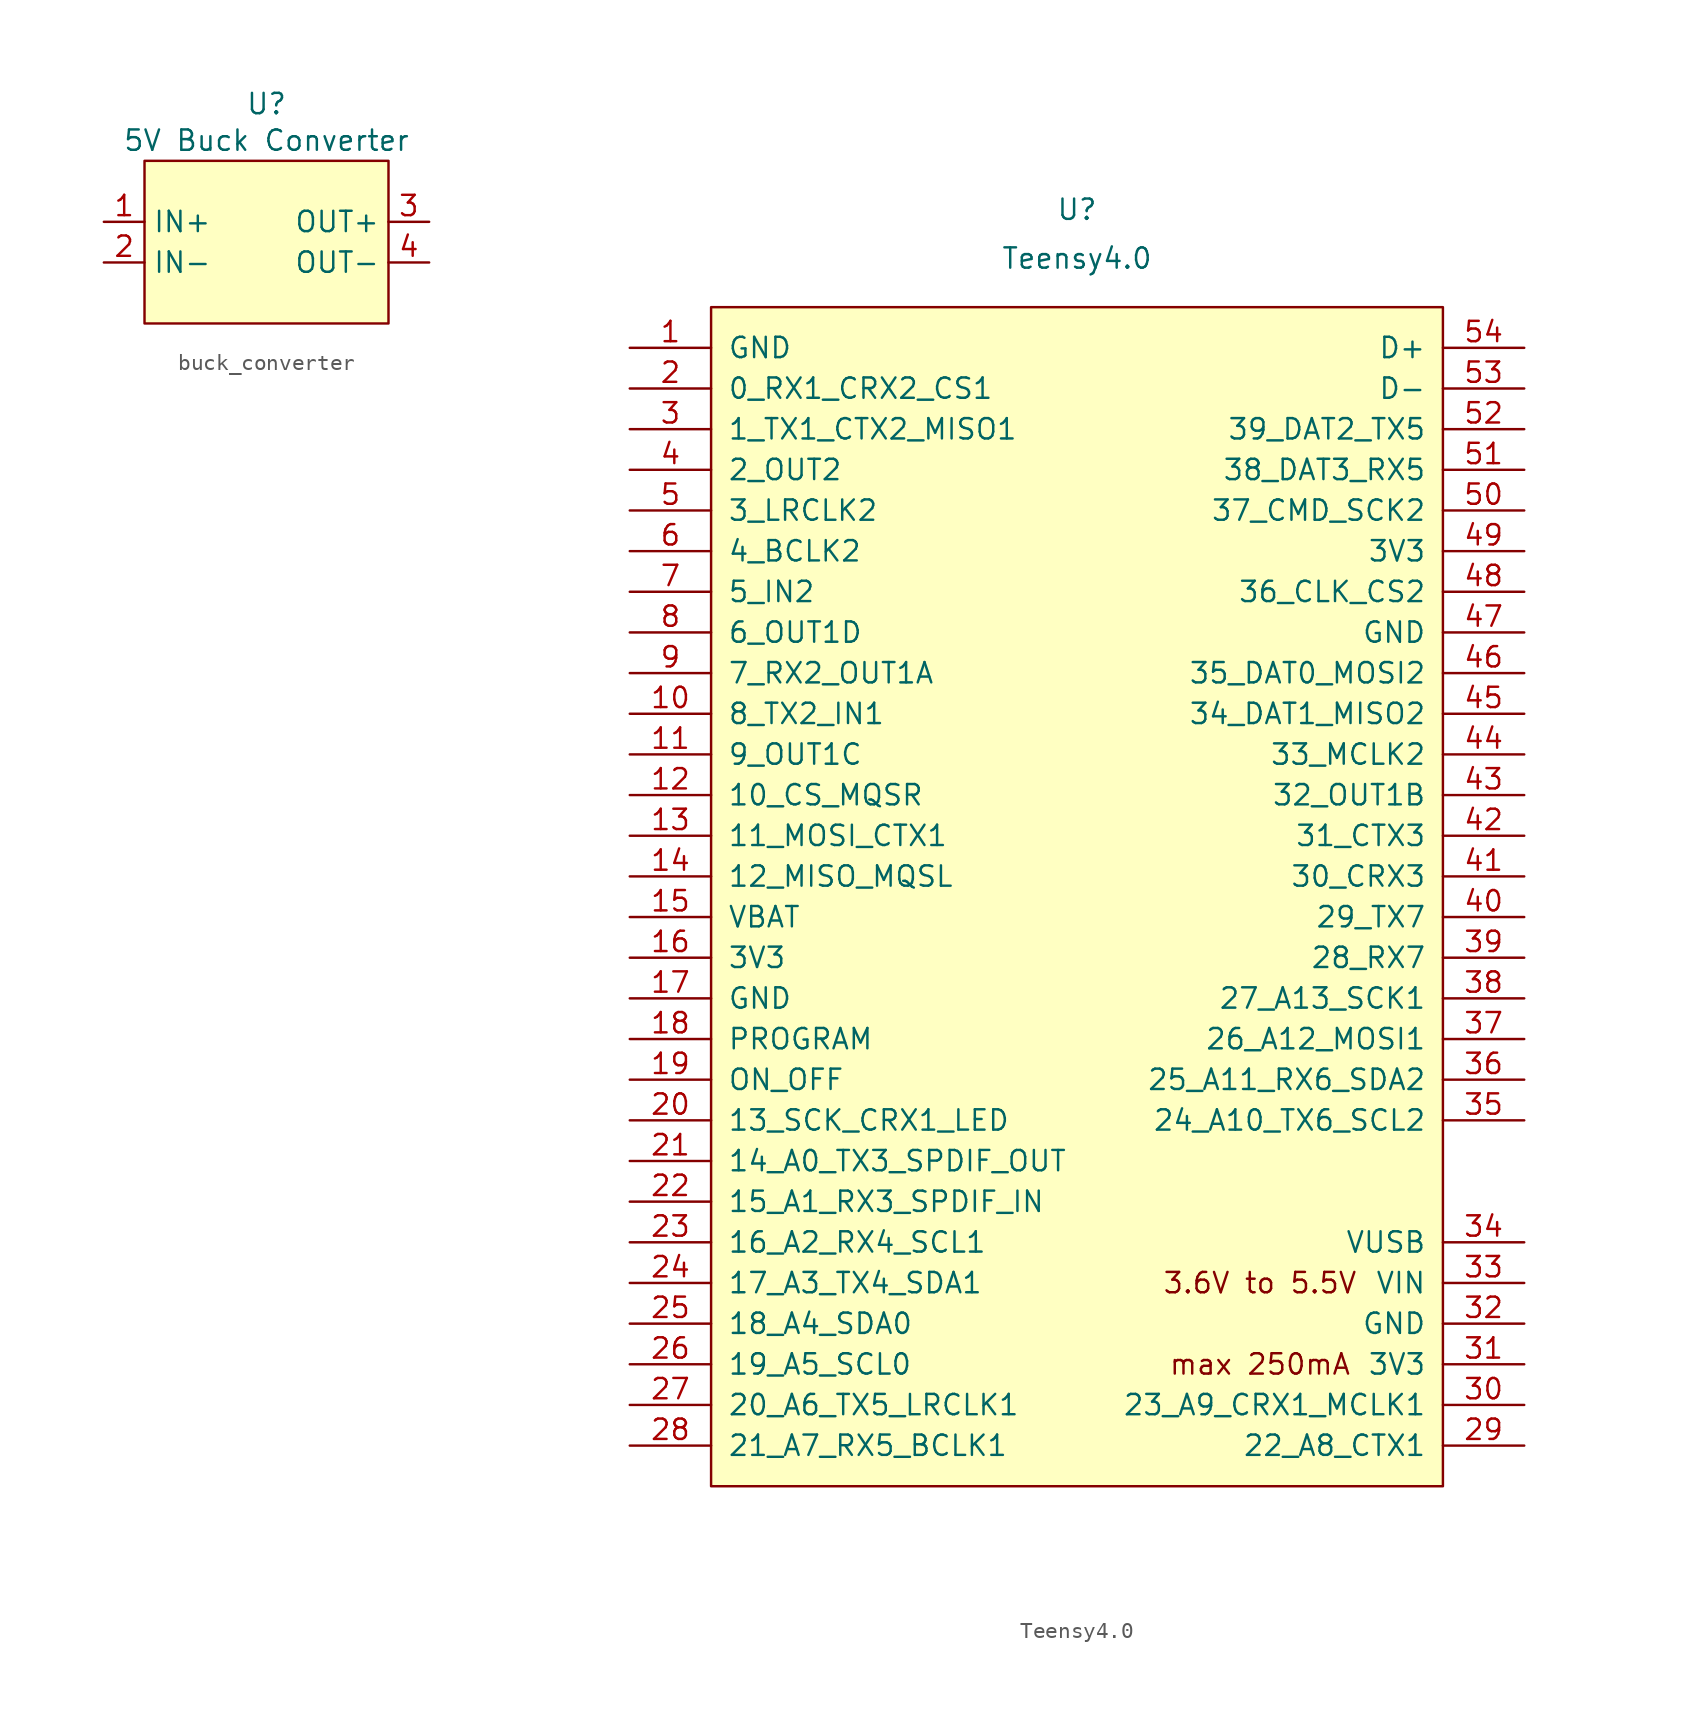
<source format=kicad_sym>
(kicad_symbol_lib
  (version 20241209)
  (generator "kicad_symbol_editor")
  (generator_version "9.0")
  (symbol "buck_converter"
    (property "Reference" "U"
      (at 0 3.556 0)
      (effects (font (size 1.27 1.27))))
    (property "Value" "5V Buck Converter"
      (at 0 1.27 0)
      (effects (font (size 1.27 1.27))))
    (symbol "buck_converter_0_0"
      (pin unspecified line (at -10.16 -3.81 0) (length 2.54) (name "IN+" (effects (font (size 1.27 1.27)))) (number "1" (effects (font (size 1.27 1.27)))))
      (pin unspecified line (at -10.16 -6.35 0) (length 2.54) (name "IN-" (effects (font (size 1.27 1.27)))) (number "2" (effects (font (size 1.27 1.27)))))
      (pin unspecified line (at 10.16 -3.81 180) (length 2.54) (name "OUT+" (effects (font (size 1.27 1.27)))) (number "3" (effects (font (size 1.27 1.27)))))
      (pin unspecified line (at 10.16 -6.35 180) (length 2.54) (name "OUT-" (effects (font (size 1.27 1.27)))) (number "4" (effects (font (size 1.27 1.27))))))
    (symbol "buck_converter_1_1"
      (rectangle (start -7.62 0) (end 7.62 -10.16) (stroke (width 0) (type solid)) (fill (type color) (color 255 255 194 1)))))
  (symbol "Teensy4.0"
    (pin_names
      (offset 1.016))
    (property "Reference" "U"
      (at 0 42.926 0)
      (effects (font (size 1.27 1.27))))
    (property "Value" "Teensy4.0"
      (at 0 39.878 0)
      (effects (font (size 1.27 1.27))))
    (symbol "Teensy4.0_0_0"
      (text "3.6V to 5.5V" (at 11.43 -24.13 0) (effects (font (size 1.27 1.27))))
      (text "max 250mA" (at 11.43 -29.21 0) (effects (font (size 1.27 1.27))))
      (pin bidirectional line (at -27.94 24.13 0) (length 5.08) (name "3_LRCLK2" (effects (font (size 1.27 1.27)))) (number "5" (effects (font (size 1.27 1.27)))))
      (pin bidirectional line (at -27.94 21.59 0) (length 5.08) (name "4_BCLK2" (effects (font (size 1.27 1.27)))) (number "6" (effects (font (size 1.27 1.27)))))
      (pin bidirectional line (at -27.94 19.05 0) (length 5.08) (name "5_IN2" (effects (font (size 1.27 1.27)))) (number "7" (effects (font (size 1.27 1.27)))))
      (pin bidirectional line (at -27.94 16.51 0) (length 5.08) (name "6_OUT1D" (effects (font (size 1.27 1.27)))) (number "8" (effects (font (size 1.27 1.27)))))
      (pin bidirectional line (at -27.94 13.97 0) (length 5.08) (name "7_RX2_OUT1A" (effects (font (size 1.27 1.27)))) (number "9" (effects (font (size 1.27 1.27)))))
      (pin bidirectional line (at -27.94 11.43 0) (length 5.08) (name "8_TX2_IN1" (effects (font (size 1.27 1.27)))) (number "10" (effects (font (size 1.27 1.27)))))
      (pin bidirectional line (at -27.94 8.89 0) (length 5.08) (name "9_OUT1C" (effects (font (size 1.27 1.27)))) (number "11" (effects (font (size 1.27 1.27)))))
      (pin bidirectional line (at -27.94 6.35 0) (length 5.08) (name "10_CS_MQSR" (effects (font (size 1.27 1.27)))) (number "12" (effects (font (size 1.27 1.27)))))
      (pin bidirectional line (at -27.94 3.81 0) (length 5.08) (name "11_MOSI_CTX1" (effects (font (size 1.27 1.27)))) (number "13" (effects (font (size 1.27 1.27)))))
      (pin bidirectional line (at -27.94 1.27 0) (length 5.08) (name "12_MISO_MQSL" (effects (font (size 1.27 1.27)))) (number "14" (effects (font (size 1.27 1.27)))))
      (pin power_in line (at -27.94 -1.27 0) (length 5.08) (name "VBAT" (effects (font (size 1.27 1.27)))) (number "15" (effects (font (size 1.27 1.27)))))
      (pin power_in line (at -27.94 -3.81 0) (length 5.08) (name "3V3" (effects (font (size 1.27 1.27)))) (number "16" (effects (font (size 1.27 1.27)))))
      (pin power_in line (at -27.94 -6.35 0) (length 5.08) (name "GND" (effects (font (size 1.27 1.27)))) (number "17" (effects (font (size 1.27 1.27)))))
      (pin input line (at -27.94 -8.89 0) (length 5.08) (name "PROGRAM" (effects (font (size 1.27 1.27)))) (number "18" (effects (font (size 1.27 1.27)))))
      (pin input line (at -27.94 -11.43 0) (length 5.08) (name "ON_OFF" (effects (font (size 1.27 1.27)))) (number "19" (effects (font (size 1.27 1.27)))))
      (pin bidirectional line (at -27.94 -13.97 0) (length 5.08) (name "13_SCK_CRX1_LED" (effects (font (size 1.27 1.27)))) (number "20" (effects (font (size 1.27 1.27)))))
      (pin bidirectional line (at -27.94 -16.51 0) (length 5.08) (name "14_A0_TX3_SPDIF_OUT" (effects (font (size 1.27 1.27)))) (number "21" (effects (font (size 1.27 1.27)))))
      (pin bidirectional line (at -27.94 -19.05 0) (length 5.08) (name "15_A1_RX3_SPDIF_IN" (effects (font (size 1.27 1.27)))) (number "22" (effects (font (size 1.27 1.27)))))
      (pin bidirectional line (at -27.94 -21.59 0) (length 5.08) (name "16_A2_RX4_SCL1" (effects (font (size 1.27 1.27)))) (number "23" (effects (font (size 1.27 1.27)))))
      (pin bidirectional line (at -27.94 -24.13 0) (length 5.08) (name "17_A3_TX4_SDA1" (effects (font (size 1.27 1.27)))) (number "24" (effects (font (size 1.27 1.27)))))
      (pin bidirectional line (at -27.94 -26.67 0) (length 5.08) (name "18_A4_SDA0" (effects (font (size 1.27 1.27)))) (number "25" (effects (font (size 1.27 1.27)))))
      (pin bidirectional line (at -27.94 -29.21 0) (length 5.08) (name "19_A5_SCL0" (effects (font (size 1.27 1.27)))) (number "26" (effects (font (size 1.27 1.27)))))
      (pin bidirectional line (at -27.94 -31.75 0) (length 5.08) (name "20_A6_TX5_LRCLK1" (effects (font (size 1.27 1.27)))) (number "27" (effects (font (size 1.27 1.27)))))
      (pin bidirectional line (at -27.94 -34.29 0) (length 5.08) (name "21_A7_RX5_BCLK1" (effects (font (size 1.27 1.27)))) (number "28" (effects (font (size 1.27 1.27)))))
      (pin bidirectional line (at 27.94 34.29 180) (length 5.08) (name "D+" (effects (font (size 1.27 1.27)))) (number "54" (effects (font (size 1.27 1.27)))))
      (pin bidirectional line (at 27.94 31.75 180) (length 5.08) (name "D-" (effects (font (size 1.27 1.27)))) (number "53" (effects (font (size 1.27 1.27)))))
      (pin bidirectional line (at 27.94 29.21 180) (length 5.08) (name "39_DAT2_TX5" (effects (font (size 1.27 1.27)))) (number "52" (effects (font (size 1.27 1.27)))))
      (pin bidirectional line (at 27.94 26.67 180) (length 5.08) (name "38_DAT3_RX5" (effects (font (size 1.27 1.27)))) (number "51" (effects (font (size 1.27 1.27)))))
      (pin bidirectional line (at 27.94 24.13 180) (length 5.08) (name "37_CMD_SCK2" (effects (font (size 1.27 1.27)))) (number "50" (effects (font (size 1.27 1.27)))))
      (pin power_out line (at 27.94 21.59 180) (length 5.08) (name "3V3" (effects (font (size 1.27 1.27)))) (number "49" (effects (font (size 1.27 1.27)))))
      (pin bidirectional line (at 27.94 19.05 180) (length 5.08) (name "36_CLK_CS2" (effects (font (size 1.27 1.27)))) (number "48" (effects (font (size 1.27 1.27)))))
      (pin power_out line (at 27.94 16.51 180) (length 5.08) (name "GND" (effects (font (size 1.27 1.27)))) (number "47" (effects (font (size 1.27 1.27)))))
      (pin bidirectional line (at 27.94 13.97 180) (length 5.08) (name "35_DAT0_MOSI2" (effects (font (size 1.27 1.27)))) (number "46" (effects (font (size 1.27 1.27)))))
      (pin bidirectional line (at 27.94 11.43 180) (length 5.08) (name "34_DAT1_MISO2" (effects (font (size 1.27 1.27)))) (number "45" (effects (font (size 1.27 1.27)))))
      (pin bidirectional line (at 27.94 8.89 180) (length 5.08) (name "33_MCLK2" (effects (font (size 1.27 1.27)))) (number "44" (effects (font (size 1.27 1.27)))))
      (pin bidirectional line (at 27.94 6.35 180) (length 5.08) (name "32_OUT1B" (effects (font (size 1.27 1.27)))) (number "43" (effects (font (size 1.27 1.27)))))
      (pin bidirectional line (at 27.94 3.81 180) (length 5.08) (name "31_CTX3" (effects (font (size 1.27 1.27)))) (number "42" (effects (font (size 1.27 1.27)))))
      (pin bidirectional line (at 27.94 1.27 180) (length 5.08) (name "30_CRX3" (effects (font (size 1.27 1.27)))) (number "41" (effects (font (size 1.27 1.27)))))
      (pin bidirectional line (at 27.94 -1.27 180) (length 5.08) (name "29_TX7" (effects (font (size 1.27 1.27)))) (number "40" (effects (font (size 1.27 1.27)))))
      (pin bidirectional line (at 27.94 -3.81 180) (length 5.08) (name "28_RX7" (effects (font (size 1.27 1.27)))) (number "39" (effects (font (size 1.27 1.27)))))
      (pin bidirectional line (at 27.94 -6.35 180) (length 5.08) (name "27_A13_SCK1" (effects (font (size 1.27 1.27)))) (number "38" (effects (font (size 1.27 1.27)))))
      (pin bidirectional line (at 27.94 -8.89 180) (length 5.08) (name "26_A12_MOSI1" (effects (font (size 1.27 1.27)))) (number "37" (effects (font (size 1.27 1.27)))))
      (pin bidirectional line (at 27.94 -11.43 180) (length 5.08) (name "25_A11_RX6_SDA2" (effects (font (size 1.27 1.27)))) (number "36" (effects (font (size 1.27 1.27)))))
      (pin bidirectional line (at 27.94 -13.97 180) (length 5.08) (name "24_A10_TX6_SCL2" (effects (font (size 1.27 1.27)))) (number "35" (effects (font (size 1.27 1.27)))))
      (pin power_out line (at 27.94 -21.59 180) (length 5.08) (name "VUSB" (effects (font (size 1.27 1.27)))) (number "34" (effects (font (size 1.27 1.27)))))
      (pin power_in line (at 27.94 -24.13 180) (length 5.08) (name "VIN" (effects (font (size 1.27 1.27)))) (number "33" (effects (font (size 1.27 1.27)))))
      (pin power_in line (at 27.94 -26.67 180) (length 5.08) (name "GND" (effects (font (size 1.27 1.27)))) (number "32" (effects (font (size 1.27 1.27)))))
      (pin power_out line (at 27.94 -29.21 180) (length 5.08) (name "3V3" (effects (font (size 1.27 1.27)))) (number "31" (effects (font (size 1.27 1.27)))))
      (pin bidirectional line (at 27.94 -31.75 180) (length 5.08) (name "23_A9_CRX1_MCLK1" (effects (font (size 1.27 1.27)))) (number "30" (effects (font (size 1.27 1.27)))))
      (pin bidirectional line (at 27.94 -34.29 180) (length 5.08) (name "22_A8_CTX1" (effects (font (size 1.27 1.27)))) (number "29" (effects (font (size 1.27 1.27))))))
    (symbol "Teensy4.0_0_1"
      (rectangle (start -20.32 -31.75) (end -20.32 -31.75) (stroke (width 0) (type solid)) (fill (type none))))
    (symbol "Teensy4.0_1_1"
      (rectangle (start -22.86 36.83) (end 22.86 -36.83) (stroke (width 0) (type solid)) (fill (type color) (color 255 255 194 1)))
      (pin power_in line (at -27.94 34.29 0) (length 5.08) (name "GND" (effects (font (size 1.27 1.27)))) (number "1" (effects (font (size 1.27 1.27)))))
      (pin bidirectional line (at -27.94 31.75 0) (length 5.08) (name "0_RX1_CRX2_CS1" (effects (font (size 1.27 1.27)))) (number "2" (effects (font (size 1.27 1.27)))))
      (pin bidirectional line (at -27.94 29.21 0) (length 5.08) (name "1_TX1_CTX2_MISO1" (effects (font (size 1.27 1.27)))) (number "3" (effects (font (size 1.27 1.27)))))
      (pin bidirectional line (at -27.94 26.67 0) (length 5.08) (name "2_OUT2" (effects (font (size 1.27 1.27)))) (number "4" (effects (font (size 1.27 1.27))))))))
</source>
